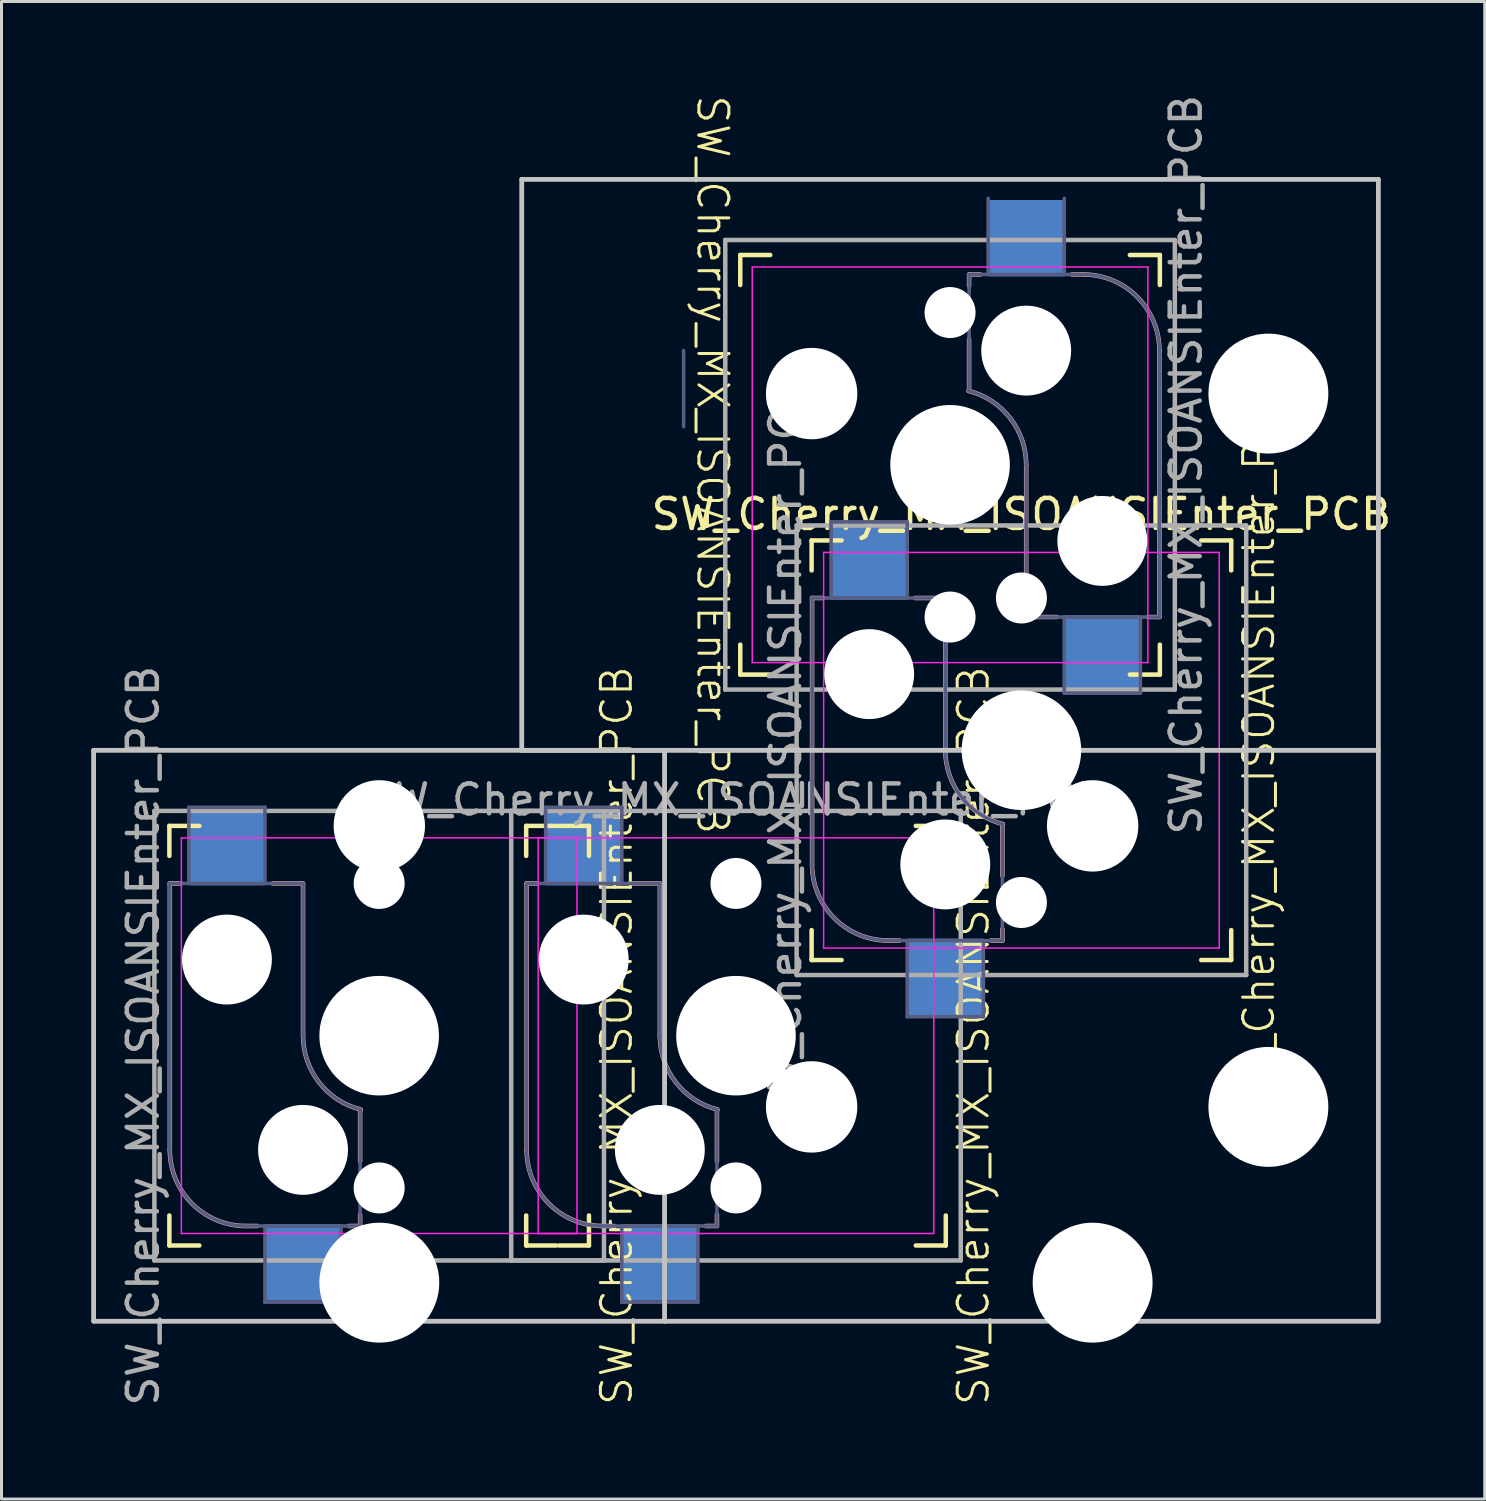
<source format=kicad_pcb>
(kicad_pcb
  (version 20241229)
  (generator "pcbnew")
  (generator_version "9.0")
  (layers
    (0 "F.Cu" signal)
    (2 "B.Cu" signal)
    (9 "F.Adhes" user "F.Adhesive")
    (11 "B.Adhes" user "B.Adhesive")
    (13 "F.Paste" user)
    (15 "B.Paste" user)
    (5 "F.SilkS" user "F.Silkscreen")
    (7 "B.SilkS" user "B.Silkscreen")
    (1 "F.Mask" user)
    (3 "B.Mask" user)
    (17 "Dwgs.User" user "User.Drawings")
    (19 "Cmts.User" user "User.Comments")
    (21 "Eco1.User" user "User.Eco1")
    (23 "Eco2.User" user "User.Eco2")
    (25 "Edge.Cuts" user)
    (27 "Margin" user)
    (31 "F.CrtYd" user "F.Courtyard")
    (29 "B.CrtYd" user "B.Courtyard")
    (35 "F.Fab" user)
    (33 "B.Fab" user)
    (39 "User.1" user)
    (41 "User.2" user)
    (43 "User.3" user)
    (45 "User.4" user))
  (footprint "SW_Cherry_MX_ISOANSIEnter_PCB"
    (layer "F.Cu")
    (at 31.03 21.982)
    (property "Reference" "SW_Cherry_MX_ISOANSIEnter_PCB" (at 0 -7.874 0) (layer "F.SilkS") (effects (font (size 1 1) (thickness 0.15))))
    (property "Value" "SW_Cherry_MX_ISOANSIEnter_PCB" (at 0.254 8.128 0) (layer "F.Fab") (hide yes) (effects (font (size 1 1) (thickness 0.15))))
    (attr through_hole)
    (fp_line (start -28.429 2.524) (end -28.429 3.524) (stroke (width 0.15) (type solid)) (layer "F.SilkS"))
    (fp_line (start -28.429 2.524) (end -27.429 2.524) (stroke (width 0.15) (type solid)) (layer "F.SilkS"))
    (fp_line (start -28.429 15.524) (end -28.429 16.524) (stroke (width 0.15) (type solid)) (layer "F.SilkS"))
    (fp_line (start -27.429 16.524) (end -28.429 16.524) (stroke (width 0.15) (type solid)) (layer "F.SilkS"))
    (fp_line (start -16.524 2.524) (end -16.524 3.524) (stroke (width 0.15) (type solid)) (layer "F.SilkS"))
    (fp_line (start -16.524 2.524) (end -15.524 2.524) (stroke (width 0.15) (type solid)) (layer "F.SilkS"))
    (fp_line (start -16.524 15.524) (end -16.524 16.524) (stroke (width 0.15) (type solid)) (layer "F.SilkS"))
    (fp_line (start -15.524 16.524) (end -16.524 16.524) (stroke (width 0.15) (type solid)) (layer "F.SilkS"))
    (fp_line (start -15.429 2.524) (end -14.429 2.524) (stroke (width 0.15) (type solid)) (layer "F.SilkS"))
    (fp_line (start -14.429 3.524) (end -14.429 2.524) (stroke (width 0.15) (type solid)) (layer "F.SilkS"))
    (fp_line (start -14.429 16.524) (end -15.429 16.524) (stroke (width 0.15) (type solid)) (layer "F.SilkS"))
    (fp_line (start -14.429 16.524) (end -14.429 15.524) (stroke (width 0.15) (type solid)) (layer "F.SilkS"))
    (fp_line (start -9.381 -16.524) (end -9.381 -15.524) (stroke (width 0.15) (type solid)) (layer "F.SilkS"))
    (fp_line (start -9.381 -16.524) (end -8.381 -16.524) (stroke (width 0.15) (type solid)) (layer "F.SilkS"))
    (fp_line (start -9.381 -3.524) (end -9.381 -2.524) (stroke (width 0.15) (type solid)) (layer "F.SilkS"))
    (fp_line (start -8.381 -2.524) (end -9.381 -2.524) (stroke (width 0.15) (type solid)) (layer "F.SilkS"))
    (fp_line (start -7 -7) (end -7 -6) (stroke (width 0.15) (type solid)) (layer "F.SilkS"))
    (fp_line (start -7 -7) (end -6 -7) (stroke (width 0.15) (type solid)) (layer "F.SilkS"))
    (fp_line (start -7 6) (end -7 7) (stroke (width 0.15) (type solid)) (layer "F.SilkS"))
    (fp_line (start -6 7) (end -7 7) (stroke (width 0.15) (type solid)) (layer "F.SilkS"))
    (fp_line (start -3.524 2.524) (end -2.524 2.524) (stroke (width 0.15) (type solid)) (layer "F.SilkS"))
    (fp_line (start -2.524 3.524) (end -2.524 2.524) (stroke (width 0.15) (type solid)) (layer "F.SilkS"))
    (fp_line (start -2.524 16.524) (end -3.524 16.524) (stroke (width 0.15) (type solid)) (layer "F.SilkS"))
    (fp_line (start -2.524 16.524) (end -2.524 15.524) (stroke (width 0.15) (type solid)) (layer "F.SilkS"))
    (fp_line (start 3.619 -16.524) (end 4.619 -16.524) (stroke (width 0.15) (type solid)) (layer "F.SilkS"))
    (fp_line (start 4.619 -15.524) (end 4.619 -16.524) (stroke (width 0.15) (type solid)) (layer "F.SilkS"))
    (fp_line (start 4.619 -2.524) (end 3.619 -2.524) (stroke (width 0.15) (type solid)) (layer "F.SilkS"))
    (fp_line (start 4.619 -2.524) (end 4.619 -3.524) (stroke (width 0.15) (type solid)) (layer "F.SilkS"))
    (fp_line (start 6 -7) (end 7 -7) (stroke (width 0.15) (type solid)) (layer "F.SilkS"))
    (fp_line (start 7 -6) (end 7 -7) (stroke (width 0.15) (type solid)) (layer "F.SilkS"))
    (fp_line (start 7 7) (end 6 7) (stroke (width 0.15) (type solid)) (layer "F.SilkS"))
    (fp_line (start 7 7) (end 7 6) (stroke (width 0.15) (type solid)) (layer "F.SilkS"))
    (fp_line (start -28.414 4.444) (end -28.033 4.444) (stroke (width 0.15) (type solid)) (layer "B.SilkS"))
    (fp_line (start -28.414 13.334) (end -28.414 4.444) (stroke (width 0.15) (type solid)) (layer "B.SilkS"))
    (fp_line (start -25.874 15.874) (end -25.493 15.874) (stroke (width 0.15) (type solid)) (layer "B.SilkS"))
    (fp_line (start -24.985 4.444) (end -23.969 4.444) (stroke (width 0.15) (type solid)) (layer "B.SilkS"))
    (fp_line (start -23.969 4.444) (end -23.969 9.524) (stroke (width 0.15) (type solid)) (layer "B.SilkS"))
    (fp_line (start -22.445 15.874) (end -22.064 15.874) (stroke (width 0.15) (type solid)) (layer "B.SilkS"))
    (fp_line (start -22.064 11.988) (end -22.064 13.715) (stroke (width 0.15) (type solid)) (layer "B.SilkS"))
    (fp_line (start -22.064 15.493) (end -22.064 15.874) (stroke (width 0.15) (type solid)) (layer "B.SilkS"))
    (fp_line (start -16.509 4.444) (end -16.128 4.444) (stroke (width 0.15) (type solid)) (layer "B.SilkS"))
    (fp_line (start -16.509 13.334) (end -16.509 4.444) (stroke (width 0.15) (type solid)) (layer "B.SilkS"))
    (fp_line (start -13.969 15.874) (end -13.588 15.874) (stroke (width 0.15) (type solid)) (layer "B.SilkS"))
    (fp_line (start -13.08 4.444) (end -12.064 4.444) (stroke (width 0.15) (type solid)) (layer "B.SilkS"))
    (fp_line (start -12.064 4.444) (end -12.064 9.524) (stroke (width 0.15) (type solid)) (layer "B.SilkS"))
    (fp_line (start -10.54 15.874) (end -10.159 15.874) (stroke (width 0.15) (type solid)) (layer "B.SilkS"))
    (fp_line (start -10.159 11.988) (end -10.159 13.715) (stroke (width 0.15) (type solid)) (layer "B.SilkS"))
    (fp_line (start -10.159 15.493) (end -10.159 15.874) (stroke (width 0.15) (type solid)) (layer "B.SilkS"))
    (fp_line (start -6.985 -5.08) (end -6.604 -5.08) (stroke (width 0.15) (type solid)) (layer "B.SilkS"))
    (fp_line (start -6.985 3.81) (end -6.985 -5.08) (stroke (width 0.15) (type solid)) (layer "B.SilkS"))
    (fp_line (start -4.445 6.35) (end -4.064 6.35) (stroke (width 0.15) (type solid)) (layer "B.SilkS"))
    (fp_line (start -3.556 -5.08) (end -2.54 -5.08) (stroke (width 0.15) (type solid)) (layer "B.SilkS"))
    (fp_line (start -2.54 -5.08) (end -2.54 0) (stroke (width 0.15) (type solid)) (layer "B.SilkS"))
    (fp_line (start -1.746 -15.493) (end -1.746 -15.874) (stroke (width 0.15) (type solid)) (layer "B.SilkS"))
    (fp_line (start -1.746 -11.988) (end -1.746 -13.715) (stroke (width 0.15) (type solid)) (layer "B.SilkS"))
    (fp_line (start -1.365 -15.874) (end -1.746 -15.874) (stroke (width 0.15) (type solid)) (layer "B.SilkS"))
    (fp_line (start -1.016 6.35) (end -0.635 6.35) (stroke (width 0.15) (type solid)) (layer "B.SilkS"))
    (fp_line (start -0.635 2.464) (end -0.635 4.191) (stroke (width 0.15) (type solid)) (layer "B.SilkS"))
    (fp_line (start -0.635 5.969) (end -0.635 6.35) (stroke (width 0.15) (type solid)) (layer "B.SilkS"))
    (fp_line (start 0.159 -4.444) (end 0.159 -9.524) (stroke (width 0.15) (type solid)) (layer "B.SilkS"))
    (fp_line (start 1.175 -4.444) (end 0.159 -4.444) (stroke (width 0.15) (type solid)) (layer "B.SilkS"))
    (fp_line (start 2.064 -15.874) (end 1.683 -15.874) (stroke (width 0.15) (type solid)) (layer "B.SilkS"))
    (fp_line (start 4.604 -13.334) (end 4.604 -4.444) (stroke (width 0.15) (type solid)) (layer "B.SilkS"))
    (fp_line (start 4.604 -4.444) (end 4.223 -4.444) (stroke (width 0.15) (type solid)) (layer "B.SilkS"))
    (fp_arc (start -25.873999 15.874) (mid -27.670051 15.130052) (end -28.413999 13.334) (stroke (width 0.15) (type solid)) (layer "B.SilkS"))
    (fp_arc (start -22.045039 11.988162) (mid -23.431041 11.087147) (end -23.968999 9.524) (stroke (width 0.15) (type solid)) (layer "B.SilkS"))
    (fp_arc (start -13.969 15.874) (mid -15.765051 15.130051) (end -16.509 13.334) (stroke (width 0.15) (type solid)) (layer "B.SilkS"))
    (fp_arc (start -10.14004 11.988162) (mid -11.526042 11.087147) (end -12.064 9.524) (stroke (width 0.15) (type solid)) (layer "B.SilkS"))
    (fp_arc (start -4.444998 6.35) (mid -6.241051 5.606052) (end -6.984998 3.81) (stroke (width 0.15) (type solid)) (layer "B.SilkS"))
    (fp_arc (start -1.76496 -11.988162) (mid -0.378958 -11.087147) (end 0.159 -9.524) (stroke (width 0.15) (type solid)) (layer "B.SilkS"))
    (fp_arc (start -0.616038 2.464162) (mid -2.002041 1.563148) (end -2.539998 0) (stroke (width 0.15) (type solid)) (layer "B.SilkS"))
    (fp_arc (start 2.064 -15.874) (mid 3.860051 -15.130051) (end 4.604 -13.334) (stroke (width 0.15) (type solid)) (layer "B.SilkS"))
    (fp_line (start -30.955 -0.001) (end 11.907 -0.001) (stroke (width 0.15) (type solid)) (layer "Dwgs.User"))
    (fp_line (start -30.955 19.049) (end -30.955 -0.001) (stroke (width 0.15) (type solid)) (layer "Dwgs.User"))
    (fp_line (start -30.953 0) (end -11.903 0) (stroke (width 0.15) (type solid)) (layer "Dwgs.User"))
    (fp_line (start -30.953 19.05) (end -30.953 0) (stroke (width 0.15) (type solid)) (layer "Dwgs.User"))
    (fp_line (start -16.669 -19.05) (end 11.906 -19.05) (stroke (width 0.15) (type solid)) (layer "Dwgs.User"))
    (fp_line (start -16.669 0) (end -16.669 -19.05) (stroke (width 0.15) (type solid)) (layer "Dwgs.User"))
    (fp_line (start -16.669 -19.049) (end 11.906 -19.049) (stroke (width 0.15) (type solid)) (layer "Dwgs.User"))
    (fp_line (start -16.669 0.001) (end -16.669 -19.049) (stroke (width 0.15) (type solid)) (layer "Dwgs.User"))
    (fp_line (start -11.906 0) (end -16.669 0) (stroke (width 0.15) (type solid)) (layer "Dwgs.User"))
    (fp_line (start -11.906 19.05) (end -11.906 0) (stroke (width 0.15) (type solid)) (layer "Dwgs.User"))
    (fp_line (start -11.903 0) (end -11.903 19.05) (stroke (width 0.15) (type solid)) (layer "Dwgs.User"))
    (fp_line (start -11.903 19.05) (end -30.953 19.05) (stroke (width 0.15) (type solid)) (layer "Dwgs.User"))
    (fp_line (start 11.906 -19.05) (end 11.906 19.05) (stroke (width 0.15) (type solid)) (layer "Dwgs.User"))
    (fp_line (start 11.906 19.05) (end -11.906 19.05) (stroke (width 0.15) (type solid)) (layer "Dwgs.User"))
    (fp_line (start 11.906 -19.049) (end 11.906 0.001) (stroke (width 0.15) (type solid)) (layer "Dwgs.User"))
    (fp_line (start 11.906 0.001) (end -16.669 0.001) (stroke (width 0.15) (type solid)) (layer "Dwgs.User"))
    (fp_line (start 11.907 -0.001) (end 11.907 19.049) (stroke (width 0.15) (type solid)) (layer "Dwgs.User"))
    (fp_line (start 11.907 19.049) (end -30.955 19.049) (stroke (width 0.15) (type solid)) (layer "Dwgs.User"))
    (fp_line (start -28.329 2.624) (end -28.329 16.424) (stroke (width 0.15) (type solid)) (layer "Eco2.User"))
    (fp_line (start -28.329 2.624) (end -14.529 2.624) (stroke (width 0.15) (type solid)) (layer "Eco2.User"))
    (fp_line (start -16.424 2.624) (end -16.424 16.424) (stroke (width 0.15) (type solid)) (layer "Eco2.User"))
    (fp_line (start -16.424 2.624) (end -2.624 2.624) (stroke (width 0.15) (type solid)) (layer "Eco2.User"))
    (fp_line (start -14.529 16.424) (end -28.329 16.424) (stroke (width 0.15) (type solid)) (layer "Eco2.User"))
    (fp_line (start -14.529 16.424) (end -14.529 2.624) (stroke (width 0.15) (type solid)) (layer "Eco2.User"))
    (fp_line (start -9.281 -16.424) (end -9.281 -2.624) (stroke (width 0.15) (type solid)) (layer "Eco2.User"))
    (fp_line (start -9.281 -16.424) (end 4.519 -16.424) (stroke (width 0.15) (type solid)) (layer "Eco2.User"))
    (fp_line (start -6.9 -6.9) (end -6.9 6.9) (stroke (width 0.15) (type solid)) (layer "Eco2.User"))
    (fp_line (start -6.9 -6.9) (end 6.9 -6.9) (stroke (width 0.15) (type solid)) (layer "Eco2.User"))
    (fp_line (start -2.624 16.424) (end -16.424 16.424) (stroke (width 0.15) (type solid)) (layer "Eco2.User"))
    (fp_line (start -2.624 16.424) (end -2.624 2.624) (stroke (width 0.15) (type solid)) (layer "Eco2.User"))
    (fp_line (start 4.519 -2.624) (end -9.281 -2.624) (stroke (width 0.15) (type solid)) (layer "Eco2.User"))
    (fp_line (start 4.519 -2.624) (end 4.519 -16.424) (stroke (width 0.15) (type solid)) (layer "Eco2.User"))
    (fp_line (start 6.9 6.9) (end -6.9 6.9) (stroke (width 0.15) (type solid)) (layer "Eco2.User"))
    (fp_line (start 6.9 6.9) (end 6.9 -6.9) (stroke (width 0.15) (type solid)) (layer "Eco2.User"))
    (fp_line (start -28.029 2.924) (end -14.829 2.924) (stroke (width 0.05) (type solid)) (layer "F.CrtYd"))
    (fp_line (start -28.029 16.124) (end -28.029 2.924) (stroke (width 0.05) (type solid)) (layer "F.CrtYd"))
    (fp_line (start -16.124 2.924) (end -2.924 2.924) (stroke (width 0.05) (type solid)) (layer "F.CrtYd"))
    (fp_line (start -16.124 16.124) (end -16.124 2.924) (stroke (width 0.05) (type solid)) (layer "F.CrtYd"))
    (fp_line (start -14.829 2.924) (end -14.829 16.124) (stroke (width 0.05) (type solid)) (layer "F.CrtYd"))
    (fp_line (start -14.829 16.124) (end -28.029 16.124) (stroke (width 0.05) (type solid)) (layer "F.CrtYd"))
    (fp_line (start -8.981 -16.124) (end 4.219 -16.124) (stroke (width 0.05) (type solid)) (layer "F.CrtYd"))
    (fp_line (start -8.981 -2.924) (end -8.981 -16.124) (stroke (width 0.05) (type solid)) (layer "F.CrtYd"))
    (fp_line (start -6.6 -6.6) (end 6.6 -6.6) (stroke (width 0.05) (type solid)) (layer "F.CrtYd"))
    (fp_line (start -6.6 6.6) (end -6.6 -6.6) (stroke (width 0.05) (type solid)) (layer "F.CrtYd"))
    (fp_line (start -2.924 2.924) (end -2.924 16.124) (stroke (width 0.05) (type solid)) (layer "F.CrtYd"))
    (fp_line (start -2.924 16.124) (end -16.124 16.124) (stroke (width 0.05) (type solid)) (layer "F.CrtYd"))
    (fp_line (start 4.219 -16.124) (end 4.219 -2.924) (stroke (width 0.05) (type solid)) (layer "F.CrtYd"))
    (fp_line (start 4.219 -2.924) (end -8.981 -2.924) (stroke (width 0.05) (type solid)) (layer "F.CrtYd"))
    (fp_line (start 6.6 -6.6) (end 6.6 6.6) (stroke (width 0.05) (type solid)) (layer "F.CrtYd"))
    (fp_line (start 6.6 6.6) (end -6.6 6.6) (stroke (width 0.05) (type solid)) (layer "F.CrtYd"))
    (fp_line (start -28.414 4.444) (end -23.969 4.444) (stroke (width 0.12) (type solid)) (layer "B.Fab"))
    (fp_line (start -28.414 13.334) (end -28.414 4.444) (stroke (width 0.12) (type solid)) (layer "B.Fab"))
    (fp_line (start -27.779 1.904) (end -25.239 1.904) (stroke (width 0.12) (type solid)) (layer "B.Fab"))
    (fp_line (start -27.779 4.444) (end -27.779 1.904) (stroke (width 0.12) (type solid)) (layer "B.Fab"))
    (fp_line (start -25.239 1.904) (end -25.239 4.444) (stroke (width 0.12) (type solid)) (layer "B.Fab"))
    (fp_line (start -25.239 18.414) (end -25.239 15.874) (stroke (width 0.12) (type solid)) (layer "B.Fab"))
    (fp_line (start -23.969 4.444) (end -23.969 9.524) (stroke (width 0.12) (type solid)) (layer "B.Fab"))
    (fp_line (start -22.699 15.874) (end -22.699 18.414) (stroke (width 0.12) (type solid)) (layer "B.Fab"))
    (fp_line (start -22.699 18.414) (end -25.239 18.414) (stroke (width 0.12) (type solid)) (layer "B.Fab"))
    (fp_line (start -22.064 15.874) (end -25.874 15.874) (stroke (width 0.12) (type solid)) (layer "B.Fab"))
    (fp_line (start -22.064 15.874) (end -22.064 12.064) (stroke (width 0.12) (type solid)) (layer "B.Fab"))
    (fp_line (start -16.509 4.444) (end -12.064 4.444) (stroke (width 0.12) (type solid)) (layer "B.Fab"))
    (fp_line (start -16.509 13.334) (end -16.509 4.444) (stroke (width 0.12) (type solid)) (layer "B.Fab"))
    (fp_line (start -15.874 1.904) (end -13.334 1.904) (stroke (width 0.12) (type solid)) (layer "B.Fab"))
    (fp_line (start -15.874 4.444) (end -15.874 1.904) (stroke (width 0.12) (type solid)) (layer "B.Fab"))
    (fp_line (start -13.334 1.904) (end -13.334 4.444) (stroke (width 0.12) (type solid)) (layer "B.Fab"))
    (fp_line (start -13.334 18.414) (end -13.334 15.874) (stroke (width 0.12) (type solid)) (layer "B.Fab"))
    (fp_line (start -12.064 4.444) (end -12.064 9.524) (stroke (width 0.12) (type solid)) (layer "B.Fab"))
    (fp_line (start -11.271 -10.794) (end -11.271 -13.334) (stroke (width 0.12) (type solid)) (layer "B.Fab"))
    (fp_line (start -10.794 15.874) (end -10.794 18.414) (stroke (width 0.12) (type solid)) (layer "B.Fab"))
    (fp_line (start -10.794 18.414) (end -13.334 18.414) (stroke (width 0.12) (type solid)) (layer "B.Fab"))
    (fp_line (start -10.159 15.874) (end -13.969 15.874) (stroke (width 0.12) (type solid)) (layer "B.Fab"))
    (fp_line (start -10.159 15.874) (end -10.159 12.064) (stroke (width 0.12) (type solid)) (layer "B.Fab"))
    (fp_line (start -6.985 -5.08) (end -2.54 -5.08) (stroke (width 0.12) (type solid)) (layer "B.Fab"))
    (fp_line (start -6.985 3.81) (end -6.985 -5.08) (stroke (width 0.12) (type solid)) (layer "B.Fab"))
    (fp_line (start -6.35 -7.62) (end -3.81 -7.62) (stroke (width 0.12) (type solid)) (layer "B.Fab"))
    (fp_line (start -6.35 -5.08) (end -6.35 -7.62) (stroke (width 0.12) (type solid)) (layer "B.Fab"))
    (fp_line (start -3.81 -7.62) (end -3.81 -5.08) (stroke (width 0.12) (type solid)) (layer "B.Fab"))
    (fp_line (start -3.81 8.89) (end -3.81 6.35) (stroke (width 0.12) (type solid)) (layer "B.Fab"))
    (fp_line (start -2.54 -5.08) (end -2.54 0) (stroke (width 0.12) (type solid)) (layer "B.Fab"))
    (fp_line (start -1.746 -15.874) (end -1.746 -12.064) (stroke (width 0.12) (type solid)) (layer "B.Fab"))
    (fp_line (start -1.746 -15.874) (end 2.064 -15.874) (stroke (width 0.12) (type solid)) (layer "B.Fab"))
    (fp_line (start -1.27 6.35) (end -1.27 8.89) (stroke (width 0.12) (type solid)) (layer "B.Fab"))
    (fp_line (start -1.27 8.89) (end -3.81 8.89) (stroke (width 0.12) (type solid)) (layer "B.Fab"))
    (fp_line (start -1.111 -15.874) (end -1.111 -18.414) (stroke (width 0.12) (type solid)) (layer "B.Fab"))
    (fp_line (start -0.635 6.35) (end -4.445 6.35) (stroke (width 0.12) (type solid)) (layer "B.Fab"))
    (fp_line (start -0.635 6.35) (end -0.635 2.54) (stroke (width 0.12) (type solid)) (layer "B.Fab"))
    (fp_line (start 0.159 -4.444) (end 0.159 -9.524) (stroke (width 0.12) (type solid)) (layer "B.Fab"))
    (fp_line (start 1.429 -18.414) (end 1.429 -15.874) (stroke (width 0.12) (type solid)) (layer "B.Fab"))
    (fp_line (start 1.429 -1.904) (end 1.429 -4.444) (stroke (width 0.12) (type solid)) (layer "B.Fab"))
    (fp_line (start 3.969 -4.444) (end 3.969 -1.904) (stroke (width 0.12) (type solid)) (layer "B.Fab"))
    (fp_line (start 3.969 -1.904) (end 1.429 -1.904) (stroke (width 0.12) (type solid)) (layer "B.Fab"))
    (fp_line (start 4.604 -13.334) (end 4.604 -4.444) (stroke (width 0.12) (type solid)) (layer "B.Fab"))
    (fp_line (start 4.604 -4.444) (end 0.159 -4.444) (stroke (width 0.12) (type solid)) (layer "B.Fab"))
    (fp_arc (start -25.873999 15.874) (mid -27.670051 15.130052) (end -28.413999 13.334) (stroke (width 0.12) (type solid)) (layer "B.Fab"))
    (fp_arc (start -22.045039 11.988162) (mid -23.431041 11.087147) (end -23.968999 9.524) (stroke (width 0.12) (type solid)) (layer "B.Fab"))
    (fp_arc (start -13.969 15.874) (mid -15.765051 15.130051) (end -16.509 13.334) (stroke (width 0.12) (type solid)) (layer "B.Fab"))
    (fp_arc (start -10.14004 11.988162) (mid -11.526042 11.087147) (end -12.064 9.524) (stroke (width 0.12) (type solid)) (layer "B.Fab"))
    (fp_arc (start -4.444998 6.35) (mid -6.241051 5.606052) (end -6.984998 3.81) (stroke (width 0.12) (type solid)) (layer "B.Fab"))
    (fp_arc (start -1.76496 -11.988162) (mid -0.378958 -11.087147) (end 0.159 -9.524) (stroke (width 0.12) (type solid)) (layer "B.Fab"))
    (fp_arc (start -0.616038 2.464162) (mid -2.002041 1.563148) (end -2.539998 0) (stroke (width 0.12) (type solid)) (layer "B.Fab"))
    (fp_arc (start 2.064 -15.874) (mid 3.860051 -15.130051) (end 4.604 -13.334) (stroke (width 0.12) (type solid)) (layer "B.Fab"))
    (fp_line (start -28.929 2.024) (end -13.929 2.024) (stroke (width 0.15) (type solid)) (layer "F.Fab"))
    (fp_line (start -28.929 17.024) (end -28.929 2.024) (stroke (width 0.15) (type solid)) (layer "F.Fab"))
    (fp_line (start -17.024 2.024) (end -2.024 2.024) (stroke (width 0.15) (type solid)) (layer "F.Fab"))
    (fp_line (start -17.024 17.024) (end -17.024 2.024) (stroke (width 0.15) (type solid)) (layer "F.Fab"))
    (fp_line (start -13.929 2.024) (end -13.929 17.024) (stroke (width 0.15) (type solid)) (layer "F.Fab"))
    (fp_line (start -13.929 17.024) (end -28.929 17.024) (stroke (width 0.15) (type solid)) (layer "F.Fab"))
    (fp_line (start -9.881 -17.024) (end 5.119 -17.024) (stroke (width 0.15) (type solid)) (layer "F.Fab"))
    (fp_line (start -9.881 -2.024) (end -9.881 -17.024) (stroke (width 0.15) (type solid)) (layer "F.Fab"))
    (fp_line (start -7.5 -7.5) (end 7.5 -7.5) (stroke (width 0.15) (type solid)) (layer "F.Fab"))
    (fp_line (start -7.5 7.5) (end -7.5 -7.5) (stroke (width 0.15) (type solid)) (layer "F.Fab"))
    (fp_line (start -2.024 2.024) (end -2.024 17.024) (stroke (width 0.15) (type solid)) (layer "F.Fab"))
    (fp_line (start -2.024 17.024) (end -17.024 17.024) (stroke (width 0.15) (type solid)) (layer "F.Fab"))
    (fp_line (start 5.119 -17.024) (end 5.119 -2.024) (stroke (width 0.15) (type solid)) (layer "F.Fab"))
    (fp_line (start 5.119 -2.024) (end -9.881 -2.024) (stroke (width 0.15) (type solid)) (layer "F.Fab"))
    (fp_line (start 7.5 -7.5) (end 7.5 7.5) (stroke (width 0.15) (type solid)) (layer "F.Fab"))
    (fp_line (start 7.5 7.5) (end -7.5 7.5) (stroke (width 0.15) (type solid)) (layer "F.Fab"))
    (fp_text user "${VALUE}" (at -10.889 -9.524 270) (unlocked yes) (layer "F.SilkS") (effects (font (size 1 1) (thickness 0.1)) (justify bottom)))
    (fp_text user "${VALUE}" (at -12.921 9.524 90) (unlocked yes) (layer "F.SilkS") (effects (font (size 1 1) (thickness 0.1)) (justify bottom)))
    (fp_text user "${VALUE}" (at 8.508 0 90) (unlocked yes) (layer "F.SilkS") (effects (font (size 1 1) (thickness 0.1)) (justify bottom)))
    (fp_text user "${VALUE}" (at -1.016 9.524 90) (unlocked yes) (layer "F.SilkS") (effects (font (size 1 1) (thickness 0.1)) (justify bottom)))
    (fp_text user "${REFERENCE}" (at -29.303 9.524 90) (layer "F.Fab") (effects (font (size 1 1) (thickness 0.15))))
    (fp_text user "${REFERENCE}" (at 5.493 -9.524 270) (layer "F.Fab") (effects (font (size 1 1) (thickness 0.15))))
    (fp_text user "${REFERENCE}" (at -9.524 1.65 0) (layer "F.Fab") (effects (font (size 1 1) (thickness 0.15))))
    (fp_text user "${REFERENCE}" (at -7.874 0 90) (layer "F.Fab") (effects (font (size 1 1) (thickness 0.15))))
    (pad "" np_thru_hole circle (at -26.509 6.984 90) (size 3 3) (drill 3) (layers "*.Cu" "*.Mask"))
    (pad "" np_thru_hole circle (at -23.969 13.334 90) (size 3 3) (drill 3) (layers "*.Cu" "*.Mask"))
    (pad "" np_thru_hole circle (at -21.429 4.444 90) (size 1.702 1.702) (drill 1.702) (layers "*.Cu" "*.Mask"))
    (pad "" np_thru_hole circle (at -21.429 9.524 90) (size 3.988 3.988) (drill 3.988) (layers "*.Cu" "*.Mask"))
    (pad "" np_thru_hole circle (at -21.429 14.604 90) (size 1.702 1.702) (drill 1.702) (layers "*.Cu" "*.Mask"))
    (pad "" np_thru_hole circle (at -21.424 2.524) (size 3.05 3.05) (drill 3.05) (layers "*.Cu" "*.Mask"))
    (pad "" np_thru_hole circle (at -21.424 17.764) (size 4 4) (drill 4) (layers "*.Cu" "*.Mask"))
    (pad "" np_thru_hole circle (at -14.604 6.984 90) (size 3 3) (drill 3) (layers "*.Cu" "*.Mask"))
    (pad "" np_thru_hole circle (at -12.064 13.334 90) (size 3 3) (drill 3) (layers "*.Cu" "*.Mask"))
    (pad "" np_thru_hole circle (at -9.524 4.444 90) (size 1.702 1.702) (drill 1.702) (layers "*.Cu" "*.Mask"))
    (pad "" np_thru_hole circle (at -9.524 9.524 90) (size 3.988 3.988) (drill 3.988) (layers "*.Cu" "*.Mask"))
    (pad "" np_thru_hole circle (at -9.524 14.604 90) (size 1.702 1.702) (drill 1.702) (layers "*.Cu" "*.Mask"))
    (pad "" np_thru_hole circle (at -7 -11.9) (size 3.05 3.05) (drill 3.05) (layers "*.Cu" "*.Mask"))
    (pad "" np_thru_hole circle (at -7 11.9) (size 3.05 3.05) (drill 3.05) (layers "*.Cu" "*.Mask"))
    (pad "" np_thru_hole circle (at -5.08 -2.54 90) (size 3 3) (drill 3) (layers "*.Cu" "*.Mask"))
    (pad "" np_thru_hole circle (at -2.54 3.81 90) (size 3 3) (drill 3) (layers "*.Cu" "*.Mask"))
    (pad "" np_thru_hole circle (at -2.381 -14.604 270) (size 1.702 1.702) (drill 1.702) (layers "*.Cu" "*.Mask"))
    (pad "" np_thru_hole circle (at -2.381 -9.524 270) (size 3.988 3.988) (drill 3.988) (layers "*.Cu" "*.Mask"))
    (pad "" np_thru_hole circle (at -2.381 -4.444 270) (size 1.702 1.702) (drill 1.702) (layers "*.Cu" "*.Mask"))
    (pad "" np_thru_hole circle (at 0.000002 -5.08 90) (size 1.702 1.702) (drill 1.702) (layers "*.Cu" "*.Mask"))
    (pad "" np_thru_hole circle (at 0.000002 0 90) (size 3.988 3.988) (drill 3.988) (layers "*.Cu" "*.Mask"))
    (pad "" np_thru_hole circle (at 0.000002 5.08 90) (size 1.702 1.702) (drill 1.702) (layers "*.Cu" "*.Mask"))
    (pad "" np_thru_hole circle (at 0.159 -13.334 270) (size 3 3) (drill 3) (layers "*.Cu" "*.Mask"))
    (pad "" np_thru_hole circle (at 2.376 2.524) (size 3.05 3.05) (drill 3.05) (layers "*.Cu" "*.Mask"))
    (pad "" np_thru_hole circle (at 2.376 17.764) (size 4 4) (drill 4) (layers "*.Cu" "*.Mask"))
    (pad "" np_thru_hole circle (at 2.699 -6.984 270) (size 3 3) (drill 3) (layers "*.Cu" "*.Mask"))
    (pad "" np_thru_hole circle (at 8.24 -11.9) (size 4 4) (drill 4) (layers "*.Cu" "*.Mask"))
    (pad "" np_thru_hole circle (at 8.24 11.9) (size 4 4) (drill 4) (layers "*.Cu" "*.Mask"))
    (pad "1" smd rect (at -14.604 3.234 90) (size 2.55 2.5) (layers "B.Cu" "B.Mask" "B.Paste"))
    (pad "1" smd rect (at -5.08 -6.29 90) (size 2.55 2.5) (layers "B.Cu" "B.Mask" "B.Paste"))
    (pad "2" smd rect (at -12.064 17.084 90) (size 2.55 2.5) (layers "B.Cu" "B.Mask" "B.Paste"))
    (pad "2" smd rect (at -2.54 7.56 90) (size 2.55 2.5) (layers "B.Cu" "B.Mask" "B.Paste"))
    (pad "3" smd rect (at -26.509 3.234 90) (size 2.55 2.5) (layers "B.Cu" "B.Mask" "B.Paste"))
    (pad "3" smd rect (at 2.699 -3.234 270) (size 2.55 2.5) (layers "B.Cu" "B.Mask" "B.Paste"))
    (pad "4" smd rect (at -23.969 17.084 90) (size 2.55 2.5) (layers "B.Cu" "B.Mask" "B.Paste"))
    (pad "4" smd rect (at 0.159 -17.084 270) (size 2.55 2.5) (layers "B.Cu" "B.Mask" "B.Paste")))
  (gr_rect
    (start -3 -3)
    (end 46.489 46.965)
    (stroke (width 0.1) (type default))
    (fill no)
    (layer "Edge.Cuts")))
</source>
